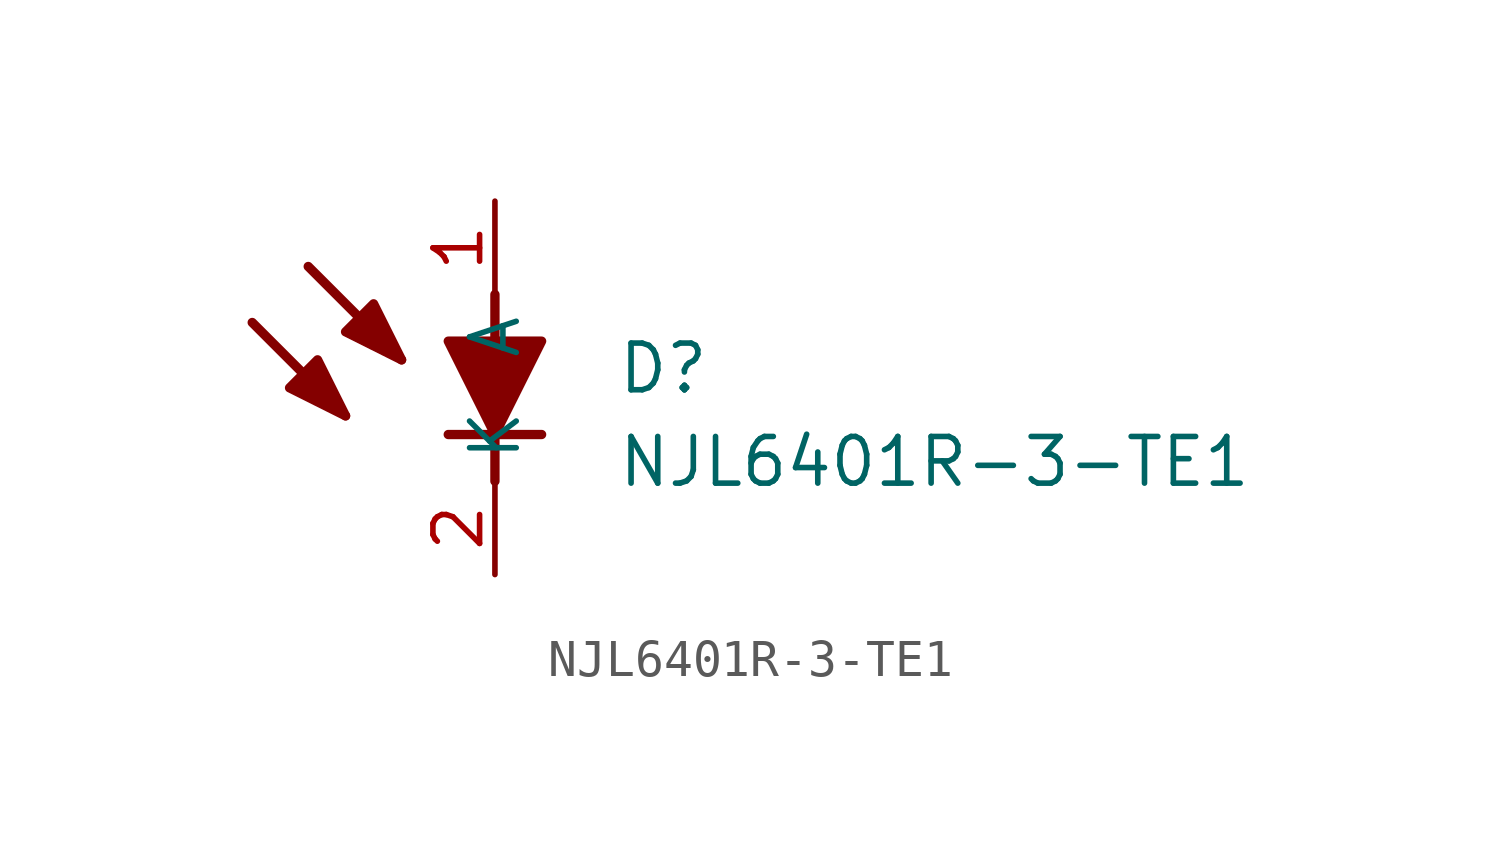
<source format=kicad_sym>
(kicad_symbol_lib
  (version 20211014)
  (generator SamacSys_ECAD_Model)
  (symbol "NJL6401R-3-TE1"
    (property "Reference" "D"
      (at 3.302 -3.81 0)
      (effects (font (size 1.27 1.27)) (justify left top)))
    (property "Value" "NJL6401R-3-TE1"
      (at 3.302 -6.35 0)
      (effects (font (size 1.27 1.27)) (justify left top)))
    (polyline
      (pts (xy 0 -6.35) (xy 0 -7.62))
      (stroke (width 0.254) (type default))
      (fill (type none)))
    (polyline
      (pts (xy 0 -3.81) (xy 0 -2.54))
      (stroke (width 0.254) (type default))
      (fill (type none)))
    (polyline
      (pts (xy -5.08 -1.778) (xy -2.54 -4.318))
      (stroke (width 0.254) (type default))
      (fill (type none)))
    (polyline
      (pts (xy -6.604 -3.302) (xy -4.064 -5.842))
      (stroke (width 0.254) (type default))
      (fill (type none)))
    (polyline
      (pts (xy 1.27 -6.35) (xy -1.27 -6.35))
      (stroke (width 0.254) (type default))
      (fill (type none)))
    (polyline
      (pts (xy -5.588 -5.08) (xy -4.826 -4.318) (xy -4.064 -5.842) (xy -5.588 -5.08))
      (stroke (width 0.254) (type default))
      (fill (type outline)))
    (polyline
      (pts (xy -4.064 -3.556) (xy -3.302 -2.794) (xy -2.54 -4.318) (xy -4.064 -3.556))
      (stroke (width 0.254) (type default))
      (fill (type outline)))
    (polyline
      (pts (xy -1.27 -3.81) (xy 1.27 -3.81) (xy 0 -6.35) (xy -1.27 -3.81))
      (stroke (width 0.254) (type default))
      (fill (type outline)))
    (pin passive line
      (at 0 -10.16 90)
      (length 2.54)
      (name "K" (effects (font (size 1.27 1.27))))
      (number "2" (effects (font (size 1.27 1.27)))))
    (pin passive line
      (at 0 0 270)
      (length 2.54)
      (name "A" (effects (font (size 1.27 1.27))))
      (number "1" (effects (font (size 1.27 1.27)))))))
</source>
